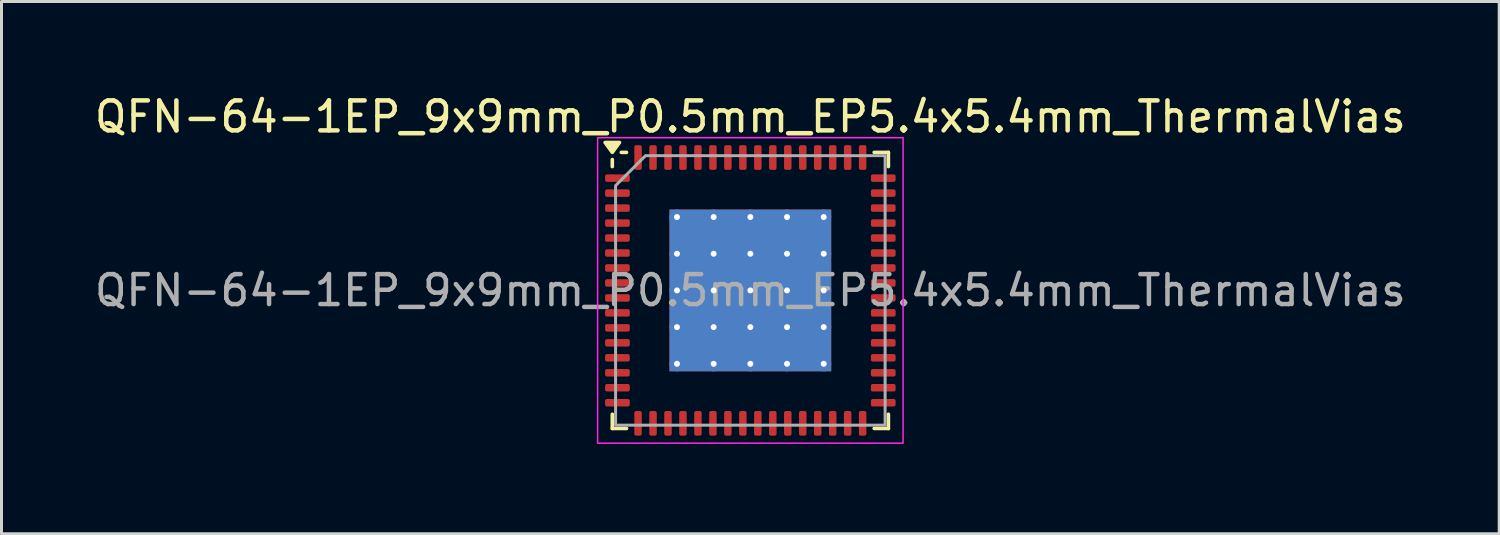
<source format=kicad_pcb>
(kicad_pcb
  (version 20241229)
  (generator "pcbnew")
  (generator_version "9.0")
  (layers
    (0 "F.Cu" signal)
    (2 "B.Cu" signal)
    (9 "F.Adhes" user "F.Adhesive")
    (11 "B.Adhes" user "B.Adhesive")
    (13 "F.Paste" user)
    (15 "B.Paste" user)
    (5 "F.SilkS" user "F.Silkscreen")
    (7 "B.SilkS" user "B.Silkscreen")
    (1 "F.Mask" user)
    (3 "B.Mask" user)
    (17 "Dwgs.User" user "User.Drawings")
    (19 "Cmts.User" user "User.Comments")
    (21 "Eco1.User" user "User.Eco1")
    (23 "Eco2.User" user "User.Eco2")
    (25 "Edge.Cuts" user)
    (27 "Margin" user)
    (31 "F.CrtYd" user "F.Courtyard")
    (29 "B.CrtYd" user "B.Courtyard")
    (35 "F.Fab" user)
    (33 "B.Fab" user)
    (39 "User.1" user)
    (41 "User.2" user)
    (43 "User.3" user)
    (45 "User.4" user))
  (footprint "QFN-64-1EP_9x9mm_P0.5mm_EP5.4x5.4mm_ThermalVias"
    (layer "F.Cu")
    (at 22.006 6.648)
    (property "Reference" "QFN-64-1EP_9x9mm_P0.5mm_EP5.4x5.4mm_ThermalVias" (at 0 -5.8 0) (layer "F.SilkS") (effects (font (size 1 1) (thickness 0.15))))
    (attr smd)
    (fp_line (start -4.61 -4.135) (end -4.61 -4.37) (stroke (width 0.12) (type solid)) (layer "F.SilkS"))
    (fp_line (start -4.61 4.61) (end -4.61 4.135) (stroke (width 0.12) (type solid)) (layer "F.SilkS"))
    (fp_line (start -4.135 -4.61) (end -4.31 -4.61) (stroke (width 0.12) (type solid)) (layer "F.SilkS"))
    (fp_line (start -4.135 4.61) (end -4.61 4.61) (stroke (width 0.12) (type solid)) (layer "F.SilkS"))
    (fp_line (start 4.135 -4.61) (end 4.61 -4.61) (stroke (width 0.12) (type solid)) (layer "F.SilkS"))
    (fp_line (start 4.135 4.61) (end 4.61 4.61) (stroke (width 0.12) (type solid)) (layer "F.SilkS"))
    (fp_line (start 4.61 -4.61) (end 4.61 -4.135) (stroke (width 0.12) (type solid)) (layer "F.SilkS"))
    (fp_line (start 4.61 4.61) (end 4.61 4.135) (stroke (width 0.12) (type solid)) (layer "F.SilkS"))
    (fp_poly (pts (xy -4.61 -4.61) (xy -4.85 -4.94) (xy -4.37 -4.94)) (stroke (width 0.12) (type solid)) (fill yes) (layer "F.SilkS"))
    (fp_rect (start -5.1 -5.1) (end 5.1 5.1) (stroke (width 0.05) (type solid)) (fill no) (layer "F.CrtYd"))
    (fp_poly (pts (xy -4.5 -3.5) (xy -4.5 4.5) (xy 4.5 4.5) (xy 4.5 -4.5) (xy -3.5 -4.5)) (stroke (width 0.1) (type solid)) (fill no) (layer "F.Fab"))
    (fp_text user "${REFERENCE}" (at 0 0 0) (layer "F.Fab") (effects (font (size 1 1) (thickness 0.15))))
    (pad "" smd roundrect (at -1.837 -1.837) (size 1.088 1.088) (layers "F.Paste") (roundrect_rratio 0.23))
    (pad "" smd roundrect (at -1.837 -0.613) (size 1.088 1.088) (layers "F.Paste") (roundrect_rratio 0.23))
    (pad "" smd roundrect (at -1.837 0.613) (size 1.088 1.088) (layers "F.Paste") (roundrect_rratio 0.23))
    (pad "" smd roundrect (at -1.837 1.837) (size 1.088 1.088) (layers "F.Paste") (roundrect_rratio 0.23))
    (pad "" smd roundrect (at -0.613 -1.837) (size 1.088 1.088) (layers "F.Paste") (roundrect_rratio 0.23))
    (pad "" smd roundrect (at -0.613 -0.613) (size 1.088 1.088) (layers "F.Paste") (roundrect_rratio 0.23))
    (pad "" smd roundrect (at -0.613 0.613) (size 1.088 1.088) (layers "F.Paste") (roundrect_rratio 0.23))
    (pad "" smd roundrect (at -0.613 1.837) (size 1.088 1.088) (layers "F.Paste") (roundrect_rratio 0.23))
    (pad "" smd roundrect (at 0.613 -1.837) (size 1.088 1.088) (layers "F.Paste") (roundrect_rratio 0.23))
    (pad "" smd roundrect (at 0.613 -0.613) (size 1.088 1.088) (layers "F.Paste") (roundrect_rratio 0.23))
    (pad "" smd roundrect (at 0.613 0.613) (size 1.088 1.088) (layers "F.Paste") (roundrect_rratio 0.23))
    (pad "" smd roundrect (at 0.613 1.837) (size 1.088 1.088) (layers "F.Paste") (roundrect_rratio 0.23))
    (pad "" smd roundrect (at 1.837 -1.837) (size 1.088 1.088) (layers "F.Paste") (roundrect_rratio 0.23))
    (pad "" smd roundrect (at 1.837 -0.613) (size 1.088 1.088) (layers "F.Paste") (roundrect_rratio 0.23))
    (pad "" smd roundrect (at 1.837 0.613) (size 1.088 1.088) (layers "F.Paste") (roundrect_rratio 0.23))
    (pad "" smd roundrect (at 1.837 1.837) (size 1.088 1.088) (layers "F.Paste") (roundrect_rratio 0.23))
    (pad "1" smd roundrect (at -4.438 -3.75) (size 0.825 0.25) (layers "F.Cu" "F.Mask" "F.Paste") (roundrect_rratio 0.25))
    (pad "2" smd roundrect (at -4.438 -3.25) (size 0.825 0.25) (layers "F.Cu" "F.Mask" "F.Paste") (roundrect_rratio 0.25))
    (pad "3" smd roundrect (at -4.438 -2.75) (size 0.825 0.25) (layers "F.Cu" "F.Mask" "F.Paste") (roundrect_rratio 0.25))
    (pad "4" smd roundrect (at -4.438 -2.25) (size 0.825 0.25) (layers "F.Cu" "F.Mask" "F.Paste") (roundrect_rratio 0.25))
    (pad "5" smd roundrect (at -4.438 -1.75) (size 0.825 0.25) (layers "F.Cu" "F.Mask" "F.Paste") (roundrect_rratio 0.25))
    (pad "6" smd roundrect (at -4.438 -1.25) (size 0.825 0.25) (layers "F.Cu" "F.Mask" "F.Paste") (roundrect_rratio 0.25))
    (pad "7" smd roundrect (at -4.438 -0.75) (size 0.825 0.25) (layers "F.Cu" "F.Mask" "F.Paste") (roundrect_rratio 0.25))
    (pad "8" smd roundrect (at -4.438 -0.25) (size 0.825 0.25) (layers "F.Cu" "F.Mask" "F.Paste") (roundrect_rratio 0.25))
    (pad "9" smd roundrect (at -4.438 0.25) (size 0.825 0.25) (layers "F.Cu" "F.Mask" "F.Paste") (roundrect_rratio 0.25))
    (pad "10" smd roundrect (at -4.438 0.75) (size 0.825 0.25) (layers "F.Cu" "F.Mask" "F.Paste") (roundrect_rratio 0.25))
    (pad "11" smd roundrect (at -4.438 1.25) (size 0.825 0.25) (layers "F.Cu" "F.Mask" "F.Paste") (roundrect_rratio 0.25))
    (pad "12" smd roundrect (at -4.438 1.75) (size 0.825 0.25) (layers "F.Cu" "F.Mask" "F.Paste") (roundrect_rratio 0.25))
    (pad "13" smd roundrect (at -4.438 2.25) (size 0.825 0.25) (layers "F.Cu" "F.Mask" "F.Paste") (roundrect_rratio 0.25))
    (pad "14" smd roundrect (at -4.438 2.75) (size 0.825 0.25) (layers "F.Cu" "F.Mask" "F.Paste") (roundrect_rratio 0.25))
    (pad "15" smd roundrect (at -4.438 3.25) (size 0.825 0.25) (layers "F.Cu" "F.Mask" "F.Paste") (roundrect_rratio 0.25))
    (pad "16" smd roundrect (at -4.438 3.75) (size 0.825 0.25) (layers "F.Cu" "F.Mask" "F.Paste") (roundrect_rratio 0.25))
    (pad "17" smd roundrect (at -3.75 4.438) (size 0.25 0.825) (layers "F.Cu" "F.Mask" "F.Paste") (roundrect_rratio 0.25))
    (pad "18" smd roundrect (at -3.25 4.438) (size 0.25 0.825) (layers "F.Cu" "F.Mask" "F.Paste") (roundrect_rratio 0.25))
    (pad "19" smd roundrect (at -2.75 4.438) (size 0.25 0.825) (layers "F.Cu" "F.Mask" "F.Paste") (roundrect_rratio 0.25))
    (pad "20" smd roundrect (at -2.25 4.438) (size 0.25 0.825) (layers "F.Cu" "F.Mask" "F.Paste") (roundrect_rratio 0.25))
    (pad "21" smd roundrect (at -1.75 4.438) (size 0.25 0.825) (layers "F.Cu" "F.Mask" "F.Paste") (roundrect_rratio 0.25))
    (pad "22" smd roundrect (at -1.25 4.438) (size 0.25 0.825) (layers "F.Cu" "F.Mask" "F.Paste") (roundrect_rratio 0.25))
    (pad "23" smd roundrect (at -0.75 4.438) (size 0.25 0.825) (layers "F.Cu" "F.Mask" "F.Paste") (roundrect_rratio 0.25))
    (pad "24" smd roundrect (at -0.25 4.438) (size 0.25 0.825) (layers "F.Cu" "F.Mask" "F.Paste") (roundrect_rratio 0.25))
    (pad "25" smd roundrect (at 0.25 4.438) (size 0.25 0.825) (layers "F.Cu" "F.Mask" "F.Paste") (roundrect_rratio 0.25))
    (pad "26" smd roundrect (at 0.75 4.438) (size 0.25 0.825) (layers "F.Cu" "F.Mask" "F.Paste") (roundrect_rratio 0.25))
    (pad "27" smd roundrect (at 1.25 4.438) (size 0.25 0.825) (layers "F.Cu" "F.Mask" "F.Paste") (roundrect_rratio 0.25))
    (pad "28" smd roundrect (at 1.75 4.438) (size 0.25 0.825) (layers "F.Cu" "F.Mask" "F.Paste") (roundrect_rratio 0.25))
    (pad "29" smd roundrect (at 2.25 4.438) (size 0.25 0.825) (layers "F.Cu" "F.Mask" "F.Paste") (roundrect_rratio 0.25))
    (pad "30" smd roundrect (at 2.75 4.438) (size 0.25 0.825) (layers "F.Cu" "F.Mask" "F.Paste") (roundrect_rratio 0.25))
    (pad "31" smd roundrect (at 3.25 4.438) (size 0.25 0.825) (layers "F.Cu" "F.Mask" "F.Paste") (roundrect_rratio 0.25))
    (pad "32" smd roundrect (at 3.75 4.438) (size 0.25 0.825) (layers "F.Cu" "F.Mask" "F.Paste") (roundrect_rratio 0.25))
    (pad "33" smd roundrect (at 4.438 3.75) (size 0.825 0.25) (layers "F.Cu" "F.Mask" "F.Paste") (roundrect_rratio 0.25))
    (pad "34" smd roundrect (at 4.438 3.25) (size 0.825 0.25) (layers "F.Cu" "F.Mask" "F.Paste") (roundrect_rratio 0.25))
    (pad "35" smd roundrect (at 4.438 2.75) (size 0.825 0.25) (layers "F.Cu" "F.Mask" "F.Paste") (roundrect_rratio 0.25))
    (pad "36" smd roundrect (at 4.438 2.25) (size 0.825 0.25) (layers "F.Cu" "F.Mask" "F.Paste") (roundrect_rratio 0.25))
    (pad "37" smd roundrect (at 4.438 1.75) (size 0.825 0.25) (layers "F.Cu" "F.Mask" "F.Paste") (roundrect_rratio 0.25))
    (pad "38" smd roundrect (at 4.438 1.25) (size 0.825 0.25) (layers "F.Cu" "F.Mask" "F.Paste") (roundrect_rratio 0.25))
    (pad "39" smd roundrect (at 4.438 0.75) (size 0.825 0.25) (layers "F.Cu" "F.Mask" "F.Paste") (roundrect_rratio 0.25))
    (pad "40" smd roundrect (at 4.438 0.25) (size 0.825 0.25) (layers "F.Cu" "F.Mask" "F.Paste") (roundrect_rratio 0.25))
    (pad "41" smd roundrect (at 4.438 -0.25) (size 0.825 0.25) (layers "F.Cu" "F.Mask" "F.Paste") (roundrect_rratio 0.25))
    (pad "42" smd roundrect (at 4.438 -0.75) (size 0.825 0.25) (layers "F.Cu" "F.Mask" "F.Paste") (roundrect_rratio 0.25))
    (pad "43" smd roundrect (at 4.438 -1.25) (size 0.825 0.25) (layers "F.Cu" "F.Mask" "F.Paste") (roundrect_rratio 0.25))
    (pad "44" smd roundrect (at 4.438 -1.75) (size 0.825 0.25) (layers "F.Cu" "F.Mask" "F.Paste") (roundrect_rratio 0.25))
    (pad "45" smd roundrect (at 4.438 -2.25) (size 0.825 0.25) (layers "F.Cu" "F.Mask" "F.Paste") (roundrect_rratio 0.25))
    (pad "46" smd roundrect (at 4.438 -2.75) (size 0.825 0.25) (layers "F.Cu" "F.Mask" "F.Paste") (roundrect_rratio 0.25))
    (pad "47" smd roundrect (at 4.438 -3.25) (size 0.825 0.25) (layers "F.Cu" "F.Mask" "F.Paste") (roundrect_rratio 0.25))
    (pad "48" smd roundrect (at 4.438 -3.75) (size 0.825 0.25) (layers "F.Cu" "F.Mask" "F.Paste") (roundrect_rratio 0.25))
    (pad "49" smd roundrect (at 3.75 -4.438) (size 0.25 0.825) (layers "F.Cu" "F.Mask" "F.Paste") (roundrect_rratio 0.25))
    (pad "50" smd roundrect (at 3.25 -4.438) (size 0.25 0.825) (layers "F.Cu" "F.Mask" "F.Paste") (roundrect_rratio 0.25))
    (pad "51" smd roundrect (at 2.75 -4.438) (size 0.25 0.825) (layers "F.Cu" "F.Mask" "F.Paste") (roundrect_rratio 0.25))
    (pad "52" smd roundrect (at 2.25 -4.438) (size 0.25 0.825) (layers "F.Cu" "F.Mask" "F.Paste") (roundrect_rratio 0.25))
    (pad "53" smd roundrect (at 1.75 -4.438) (size 0.25 0.825) (layers "F.Cu" "F.Mask" "F.Paste") (roundrect_rratio 0.25))
    (pad "54" smd roundrect (at 1.25 -4.438) (size 0.25 0.825) (layers "F.Cu" "F.Mask" "F.Paste") (roundrect_rratio 0.25))
    (pad "55" smd roundrect (at 0.75 -4.438) (size 0.25 0.825) (layers "F.Cu" "F.Mask" "F.Paste") (roundrect_rratio 0.25))
    (pad "56" smd roundrect (at 0.25 -4.438) (size 0.25 0.825) (layers "F.Cu" "F.Mask" "F.Paste") (roundrect_rratio 0.25))
    (pad "57" smd roundrect (at -0.25 -4.438) (size 0.25 0.825) (layers "F.Cu" "F.Mask" "F.Paste") (roundrect_rratio 0.25))
    (pad "58" smd roundrect (at -0.75 -4.438) (size 0.25 0.825) (layers "F.Cu" "F.Mask" "F.Paste") (roundrect_rratio 0.25))
    (pad "59" smd roundrect (at -1.25 -4.438) (size 0.25 0.825) (layers "F.Cu" "F.Mask" "F.Paste") (roundrect_rratio 0.25))
    (pad "60" smd roundrect (at -1.75 -4.438) (size 0.25 0.825) (layers "F.Cu" "F.Mask" "F.Paste") (roundrect_rratio 0.25))
    (pad "61" smd roundrect (at -2.25 -4.438) (size 0.25 0.825) (layers "F.Cu" "F.Mask" "F.Paste") (roundrect_rratio 0.25))
    (pad "62" smd roundrect (at -2.75 -4.438) (size 0.25 0.825) (layers "F.Cu" "F.Mask" "F.Paste") (roundrect_rratio 0.25))
    (pad "63" smd roundrect (at -3.25 -4.438) (size 0.25 0.825) (layers "F.Cu" "F.Mask" "F.Paste") (roundrect_rratio 0.25))
    (pad "64" smd roundrect (at -3.75 -4.438) (size 0.25 0.825) (layers "F.Cu" "F.Mask" "F.Paste") (roundrect_rratio 0.25))
    (pad "65" thru_hole circle (at -2.45 -2.45) (size 0.5 0.5) (drill 0.2) (property pad_prop_heatsink) (layers "*.Cu"))
    (pad "65" thru_hole circle (at -2.45 -1.225) (size 0.5 0.5) (drill 0.2) (property pad_prop_heatsink) (layers "*.Cu"))
    (pad "65" thru_hole circle (at -2.45 0) (size 0.5 0.5) (drill 0.2) (property pad_prop_heatsink) (layers "*.Cu"))
    (pad "65" thru_hole circle (at -2.45 1.225) (size 0.5 0.5) (drill 0.2) (property pad_prop_heatsink) (layers "*.Cu"))
    (pad "65" thru_hole circle (at -2.45 2.45) (size 0.5 0.5) (drill 0.2) (property pad_prop_heatsink) (layers "*.Cu"))
    (pad "65" thru_hole circle (at -1.225 -2.45) (size 0.5 0.5) (drill 0.2) (property pad_prop_heatsink) (layers "*.Cu"))
    (pad "65" thru_hole circle (at -1.225 -1.225) (size 0.5 0.5) (drill 0.2) (property pad_prop_heatsink) (layers "*.Cu"))
    (pad "65" thru_hole circle (at -1.225 0) (size 0.5 0.5) (drill 0.2) (property pad_prop_heatsink) (layers "*.Cu"))
    (pad "65" thru_hole circle (at -1.225 1.225) (size 0.5 0.5) (drill 0.2) (property pad_prop_heatsink) (layers "*.Cu"))
    (pad "65" thru_hole circle (at -1.225 2.45) (size 0.5 0.5) (drill 0.2) (property pad_prop_heatsink) (layers "*.Cu"))
    (pad "65" thru_hole circle (at 0 -2.45) (size 0.5 0.5) (drill 0.2) (property pad_prop_heatsink) (layers "*.Cu"))
    (pad "65" thru_hole circle (at 0 -1.225) (size 0.5 0.5) (drill 0.2) (property pad_prop_heatsink) (layers "*.Cu"))
    (pad "65" thru_hole circle (at 0 0) (size 0.5 0.5) (drill 0.2) (property pad_prop_heatsink) (layers "*.Cu"))
    (pad "65" smd rect (at 0 0) (size 5.4 5.4) (property pad_prop_heatsink) (layers "F.Cu" "F.Mask"))
    (pad "65" smd rect (at 0 0) (size 5.4 5.4) (property pad_prop_heatsink) (layers "B.Cu"))
    (pad "65" thru_hole circle (at 0 1.225) (size 0.5 0.5) (drill 0.2) (property pad_prop_heatsink) (layers "*.Cu"))
    (pad "65" thru_hole circle (at 0 2.45) (size 0.5 0.5) (drill 0.2) (property pad_prop_heatsink) (layers "*.Cu"))
    (pad "65" thru_hole circle (at 1.225 -2.45) (size 0.5 0.5) (drill 0.2) (property pad_prop_heatsink) (layers "*.Cu"))
    (pad "65" thru_hole circle (at 1.225 -1.225) (size 0.5 0.5) (drill 0.2) (property pad_prop_heatsink) (layers "*.Cu"))
    (pad "65" thru_hole circle (at 1.225 0) (size 0.5 0.5) (drill 0.2) (property pad_prop_heatsink) (layers "*.Cu"))
    (pad "65" thru_hole circle (at 1.225 1.225) (size 0.5 0.5) (drill 0.2) (property pad_prop_heatsink) (layers "*.Cu"))
    (pad "65" thru_hole circle (at 1.225 2.45) (size 0.5 0.5) (drill 0.2) (property pad_prop_heatsink) (layers "*.Cu"))
    (pad "65" thru_hole circle (at 2.45 -2.45) (size 0.5 0.5) (drill 0.2) (property pad_prop_heatsink) (layers "*.Cu"))
    (pad "65" thru_hole circle (at 2.45 -1.225) (size 0.5 0.5) (drill 0.2) (property pad_prop_heatsink) (layers "*.Cu"))
    (pad "65" thru_hole circle (at 2.45 0) (size 0.5 0.5) (drill 0.2) (property pad_prop_heatsink) (layers "*.Cu"))
    (pad "65" thru_hole circle (at 2.45 1.225) (size 0.5 0.5) (drill 0.2) (property pad_prop_heatsink) (layers "*.Cu"))
    (pad "65" thru_hole circle (at 2.45 2.45) (size 0.5 0.5) (drill 0.2) (property pad_prop_heatsink) (layers "*.Cu")))
  (gr_rect
    (start -3 -3)
    (end 47.012 14.773)
    (stroke (width 0.1) (type default))
    (fill no)
    (layer "Edge.Cuts")))
</source>
